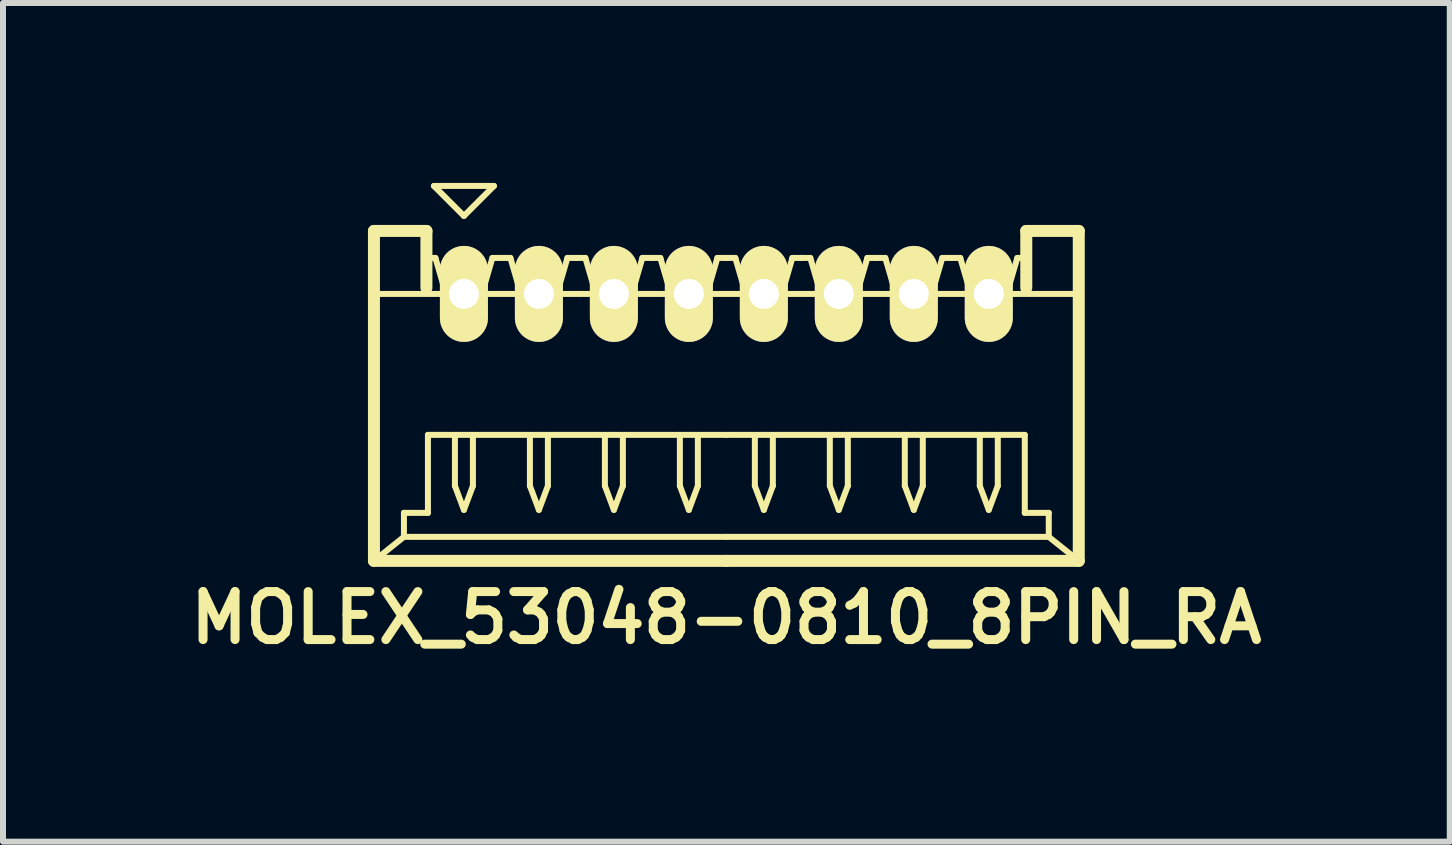
<source format=kicad_pcb>
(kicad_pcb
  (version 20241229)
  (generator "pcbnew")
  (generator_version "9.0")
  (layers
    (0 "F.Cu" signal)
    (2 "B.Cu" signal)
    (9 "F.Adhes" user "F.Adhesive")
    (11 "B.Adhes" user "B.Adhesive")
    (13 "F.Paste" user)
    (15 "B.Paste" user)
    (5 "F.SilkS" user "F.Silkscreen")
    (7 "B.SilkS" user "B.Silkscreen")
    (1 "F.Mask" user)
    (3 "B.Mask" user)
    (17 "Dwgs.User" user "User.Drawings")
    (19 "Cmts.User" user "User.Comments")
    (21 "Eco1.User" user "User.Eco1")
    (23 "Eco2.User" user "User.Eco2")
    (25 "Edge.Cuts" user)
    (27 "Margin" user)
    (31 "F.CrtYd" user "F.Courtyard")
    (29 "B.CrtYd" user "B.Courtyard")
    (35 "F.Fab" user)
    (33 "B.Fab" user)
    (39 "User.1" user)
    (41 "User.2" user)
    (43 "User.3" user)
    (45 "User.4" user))
  (footprint "MOLEX_53048-0810_8PIN_RA"
    (layer "F.Cu")
    (at 9.059 3.55)
    (property "Reference" "MOLEX_53048-0810_8PIN_RA" (at 0 3.7 0) (layer "F.SilkS") (effects (font (size 0.8 0.8) (thickness 0.15))))
    (attr through_hole)
    (fp_line (start -5.875 -2.75) (end -5 -2.75) (stroke (width 0.2) (type solid)) (layer "F.SilkS"))
    (fp_line (start -5.875 -1.7) (end 5.875 -1.7) (stroke (width 0.1) (type solid)) (layer "F.SilkS"))
    (fp_line (start -5.875 2.75) (end -5.875 -2.75) (stroke (width 0.2) (type solid)) (layer "F.SilkS"))
    (fp_line (start -5.375 1.95) (end -5.375 2.35) (stroke (width 0.1) (type solid)) (layer "F.SilkS"))
    (fp_line (start -5.375 2.35) (end -5.875 2.75) (stroke (width 0.1) (type solid)) (layer "F.SilkS"))
    (fp_line (start -5.375 2.35) (end 0 2.35) (stroke (width 0.1) (type solid)) (layer "F.SilkS"))
    (fp_line (start -5 -2.75) (end -5 -1.8) (stroke (width 0.2) (type solid)) (layer "F.SilkS"))
    (fp_line (start -5 -2.3) (end -4.85 -2.3) (stroke (width 0.1) (type solid)) (layer "F.SilkS"))
    (fp_line (start -4.975 0.65) (end -4.975 1.95) (stroke (width 0.1) (type solid)) (layer "F.SilkS"))
    (fp_line (start -4.975 1.95) (end -5.375 1.95) (stroke (width 0.1) (type solid)) (layer "F.SilkS"))
    (fp_line (start -4.875 -3.5) (end -4.375 -3) (stroke (width 0.1) (type solid)) (layer "F.SilkS"))
    (fp_line (start -4.85 -2.3) (end -4.675 -1.7) (stroke (width 0.1) (type solid)) (layer "F.SilkS"))
    (fp_line (start -4.675 -1.7) (end -4.075 -1.7) (stroke (width 0.1) (type solid)) (layer "F.SilkS"))
    (fp_line (start -4.525 0.65) (end -4.525 1.5) (stroke (width 0.1) (type solid)) (layer "F.SilkS"))
    (fp_line (start -4.525 1.5) (end -4.375 1.9) (stroke (width 0.1) (type solid)) (layer "F.SilkS"))
    (fp_line (start -4.375 -3) (end -3.875 -3.5) (stroke (width 0.1) (type solid)) (layer "F.SilkS"))
    (fp_line (start -4.375 1.9) (end -4.225 1.5) (stroke (width 0.1) (type solid)) (layer "F.SilkS"))
    (fp_line (start -4.225 1.5) (end -4.225 0.65) (stroke (width 0.1) (type solid)) (layer "F.SilkS"))
    (fp_line (start -4.075 -1.7) (end -3.9 -2.3) (stroke (width 0.1) (type solid)) (layer "F.SilkS"))
    (fp_line (start -3.9 -2.3) (end -3.75 -2.3) (stroke (width 0.1) (type solid)) (layer "F.SilkS"))
    (fp_line (start -3.875 -3.5) (end -4.875 -3.5) (stroke (width 0.1) (type solid)) (layer "F.SilkS"))
    (fp_line (start -3.75 -2.3) (end -3.6 -2.3) (stroke (width 0.1) (type solid)) (layer "F.SilkS"))
    (fp_line (start -3.6 -2.3) (end -3.425 -1.7) (stroke (width 0.1) (type solid)) (layer "F.SilkS"))
    (fp_line (start -3.425 -1.7) (end -2.825 -1.7) (stroke (width 0.1) (type solid)) (layer "F.SilkS"))
    (fp_line (start -3.275 0.65) (end -3.275 1.5) (stroke (width 0.1) (type solid)) (layer "F.SilkS"))
    (fp_line (start -3.275 1.5) (end -3.125 1.9) (stroke (width 0.1) (type solid)) (layer "F.SilkS"))
    (fp_line (start -3.125 1.9) (end -2.975 1.5) (stroke (width 0.1) (type solid)) (layer "F.SilkS"))
    (fp_line (start -2.975 1.5) (end -2.975 0.65) (stroke (width 0.1) (type solid)) (layer "F.SilkS"))
    (fp_line (start -2.825 -1.7) (end -2.65 -2.3) (stroke (width 0.1) (type solid)) (layer "F.SilkS"))
    (fp_line (start -2.65 -2.3) (end -2.5 -2.3) (stroke (width 0.1) (type solid)) (layer "F.SilkS"))
    (fp_line (start -2.5 -2.3) (end -2.35 -2.3) (stroke (width 0.1) (type solid)) (layer "F.SilkS"))
    (fp_line (start -2.35 -2.3) (end -2.175 -1.7) (stroke (width 0.1) (type solid)) (layer "F.SilkS"))
    (fp_line (start -2.175 -1.7) (end -1.575 -1.7) (stroke (width 0.1) (type solid)) (layer "F.SilkS"))
    (fp_line (start -2.025 0.65) (end -2.025 1.5) (stroke (width 0.1) (type solid)) (layer "F.SilkS"))
    (fp_line (start -2.025 1.5) (end -1.875 1.9) (stroke (width 0.1) (type solid)) (layer "F.SilkS"))
    (fp_line (start -1.875 1.9) (end -1.725 1.5) (stroke (width 0.1) (type solid)) (layer "F.SilkS"))
    (fp_line (start -1.725 1.5) (end -1.725 0.65) (stroke (width 0.1) (type solid)) (layer "F.SilkS"))
    (fp_line (start -1.575 -1.7) (end -1.4 -2.3) (stroke (width 0.1) (type solid)) (layer "F.SilkS"))
    (fp_line (start -1.4 -2.3) (end -1.25 -2.3) (stroke (width 0.1) (type solid)) (layer "F.SilkS"))
    (fp_line (start -1.25 -2.3) (end -1.1 -2.3) (stroke (width 0.1) (type solid)) (layer "F.SilkS"))
    (fp_line (start -1.1 -2.3) (end -0.925 -1.7) (stroke (width 0.1) (type solid)) (layer "F.SilkS"))
    (fp_line (start -0.925 -1.7) (end -0.325 -1.7) (stroke (width 0.1) (type solid)) (layer "F.SilkS"))
    (fp_line (start -0.775 0.65) (end -0.775 1.5) (stroke (width 0.1) (type solid)) (layer "F.SilkS"))
    (fp_line (start -0.775 1.5) (end -0.625 1.9) (stroke (width 0.1) (type solid)) (layer "F.SilkS"))
    (fp_line (start -0.625 1.9) (end -0.475 1.5) (stroke (width 0.1) (type solid)) (layer "F.SilkS"))
    (fp_line (start -0.475 1.5) (end -0.475 0.65) (stroke (width 0.1) (type solid)) (layer "F.SilkS"))
    (fp_line (start -0.325 -1.7) (end -0.15 -2.3) (stroke (width 0.1) (type solid)) (layer "F.SilkS"))
    (fp_line (start -0.15 -2.3) (end 0 -2.3) (stroke (width 0.1) (type solid)) (layer "F.SilkS"))
    (fp_line (start 0 -2.3) (end 0.15 -2.3) (stroke (width 0.1) (type solid)) (layer "F.SilkS"))
    (fp_line (start 0 0.65) (end -4.975 0.65) (stroke (width 0.1) (type solid)) (layer "F.SilkS"))
    (fp_line (start 0 0.65) (end 4.975 0.65) (stroke (width 0.1) (type solid)) (layer "F.SilkS"))
    (fp_line (start 0 2.75) (end -5.875 2.75) (stroke (width 0.2) (type solid)) (layer "F.SilkS"))
    (fp_line (start 0 2.75) (end 5.875 2.75) (stroke (width 0.2) (type solid)) (layer "F.SilkS"))
    (fp_line (start 0.15 -2.3) (end 0.325 -1.7) (stroke (width 0.1) (type solid)) (layer "F.SilkS"))
    (fp_line (start 0.325 -1.7) (end 0.925 -1.7) (stroke (width 0.1) (type solid)) (layer "F.SilkS"))
    (fp_line (start 0.475 0.65) (end 0.475 1.5) (stroke (width 0.1) (type solid)) (layer "F.SilkS"))
    (fp_line (start 0.475 1.5) (end 0.625 1.9) (stroke (width 0.1) (type solid)) (layer "F.SilkS"))
    (fp_line (start 0.625 1.9) (end 0.775 1.5) (stroke (width 0.1) (type solid)) (layer "F.SilkS"))
    (fp_line (start 0.775 1.5) (end 0.775 0.65) (stroke (width 0.1) (type solid)) (layer "F.SilkS"))
    (fp_line (start 0.925 -1.7) (end 1.1 -2.3) (stroke (width 0.1) (type solid)) (layer "F.SilkS"))
    (fp_line (start 1.1 -2.3) (end 1.25 -2.3) (stroke (width 0.1) (type solid)) (layer "F.SilkS"))
    (fp_line (start 1.25 -2.3) (end 1.4 -2.3) (stroke (width 0.1) (type solid)) (layer "F.SilkS"))
    (fp_line (start 1.4 -2.3) (end 1.575 -1.7) (stroke (width 0.1) (type solid)) (layer "F.SilkS"))
    (fp_line (start 1.575 -1.7) (end 2.175 -1.7) (stroke (width 0.1) (type solid)) (layer "F.SilkS"))
    (fp_line (start 1.725 0.65) (end 1.725 1.5) (stroke (width 0.1) (type solid)) (layer "F.SilkS"))
    (fp_line (start 1.725 1.5) (end 1.875 1.9) (stroke (width 0.1) (type solid)) (layer "F.SilkS"))
    (fp_line (start 1.875 1.9) (end 2.025 1.5) (stroke (width 0.1) (type solid)) (layer "F.SilkS"))
    (fp_line (start 2.025 1.5) (end 2.025 0.65) (stroke (width 0.1) (type solid)) (layer "F.SilkS"))
    (fp_line (start 2.175 -1.7) (end 2.35 -2.3) (stroke (width 0.1) (type solid)) (layer "F.SilkS"))
    (fp_line (start 2.35 -2.3) (end 2.5 -2.3) (stroke (width 0.1) (type solid)) (layer "F.SilkS"))
    (fp_line (start 2.5 -2.3) (end 2.65 -2.3) (stroke (width 0.1) (type solid)) (layer "F.SilkS"))
    (fp_line (start 2.65 -2.3) (end 2.825 -1.7) (stroke (width 0.1) (type solid)) (layer "F.SilkS"))
    (fp_line (start 2.825 -1.7) (end 3.425 -1.7) (stroke (width 0.1) (type solid)) (layer "F.SilkS"))
    (fp_line (start 2.975 0.65) (end 2.975 1.5) (stroke (width 0.1) (type solid)) (layer "F.SilkS"))
    (fp_line (start 2.975 1.5) (end 3.125 1.9) (stroke (width 0.1) (type solid)) (layer "F.SilkS"))
    (fp_line (start 3.125 1.9) (end 3.275 1.5) (stroke (width 0.1) (type solid)) (layer "F.SilkS"))
    (fp_line (start 3.275 1.5) (end 3.275 0.65) (stroke (width 0.1) (type solid)) (layer "F.SilkS"))
    (fp_line (start 3.425 -1.7) (end 3.6 -2.3) (stroke (width 0.1) (type solid)) (layer "F.SilkS"))
    (fp_line (start 3.6 -2.3) (end 3.75 -2.3) (stroke (width 0.1) (type solid)) (layer "F.SilkS"))
    (fp_line (start 3.75 -2.3) (end 3.9 -2.3) (stroke (width 0.1) (type solid)) (layer "F.SilkS"))
    (fp_line (start 3.9 -2.3) (end 4.075 -1.7) (stroke (width 0.1) (type solid)) (layer "F.SilkS"))
    (fp_line (start 4.075 -1.7) (end 4.675 -1.7) (stroke (width 0.1) (type solid)) (layer "F.SilkS"))
    (fp_line (start 4.225 0.65) (end 4.225 1.5) (stroke (width 0.1) (type solid)) (layer "F.SilkS"))
    (fp_line (start 4.225 1.5) (end 4.375 1.9) (stroke (width 0.1) (type solid)) (layer "F.SilkS"))
    (fp_line (start 4.375 1.9) (end 4.525 1.5) (stroke (width 0.1) (type solid)) (layer "F.SilkS"))
    (fp_line (start 4.525 1.5) (end 4.525 0.65) (stroke (width 0.1) (type solid)) (layer "F.SilkS"))
    (fp_line (start 4.675 -1.7) (end 4.85 -2.3) (stroke (width 0.1) (type solid)) (layer "F.SilkS"))
    (fp_line (start 4.85 -2.3) (end 5 -2.3) (stroke (width 0.1) (type solid)) (layer "F.SilkS"))
    (fp_line (start 4.975 0.65) (end 4.975 1.95) (stroke (width 0.1) (type solid)) (layer "F.SilkS"))
    (fp_line (start 4.975 1.95) (end 5.375 1.95) (stroke (width 0.1) (type solid)) (layer "F.SilkS"))
    (fp_line (start 5 -2.75) (end 5 -1.8) (stroke (width 0.2) (type solid)) (layer "F.SilkS"))
    (fp_line (start 5.375 1.95) (end 5.375 2.35) (stroke (width 0.1) (type solid)) (layer "F.SilkS"))
    (fp_line (start 5.375 2.35) (end 0 2.35) (stroke (width 0.1) (type solid)) (layer "F.SilkS"))
    (fp_line (start 5.375 2.35) (end 5.875 2.75) (stroke (width 0.1) (type solid)) (layer "F.SilkS"))
    (fp_line (start 5.875 -2.75) (end 5 -2.75) (stroke (width 0.2) (type solid)) (layer "F.SilkS"))
    (fp_line (start 5.875 2.75) (end 5.875 -2.75) (stroke (width 0.2) (type solid)) (layer "F.SilkS"))
    (pad "1" thru_hole oval (at -4.375 -1.7) (size 0.8 1.6) (drill 0.5) (layers "*.Cu" "*.Mask" "F.SilkS"))
    (pad "2" thru_hole oval (at -3.125 -1.7) (size 0.8 1.6) (drill 0.5) (layers "*.Cu" "*.Mask" "F.SilkS"))
    (pad "3" thru_hole oval (at -1.875 -1.7) (size 0.8 1.6) (drill 0.5) (layers "*.Cu" "*.Mask" "F.SilkS"))
    (pad "4" thru_hole oval (at -0.625 -1.7) (size 0.8 1.6) (drill 0.5) (layers "*.Cu" "*.Mask" "F.SilkS"))
    (pad "5" thru_hole oval (at 0.625 -1.7) (size 0.8 1.6) (drill 0.5) (layers "*.Cu" "*.Mask" "F.SilkS"))
    (pad "6" thru_hole oval (at 1.875 -1.7) (size 0.8 1.6) (drill 0.5) (layers "*.Cu" "*.Mask" "F.SilkS"))
    (pad "7" thru_hole oval (at 3.125 -1.7) (size 0.8 1.6) (drill 0.5) (layers "*.Cu" "*.Mask" "F.SilkS"))
    (pad "8" thru_hole oval (at 4.375 -1.7) (size 0.8 1.6) (drill 0.5) (layers "*.Cu" "*.Mask" "F.SilkS")))
  (gr_rect
    (start -3 -3)
    (end 21.119 10.981)
    (stroke (width 0.1) (type default))
    (fill no)
    (layer "Edge.Cuts")))
</source>
